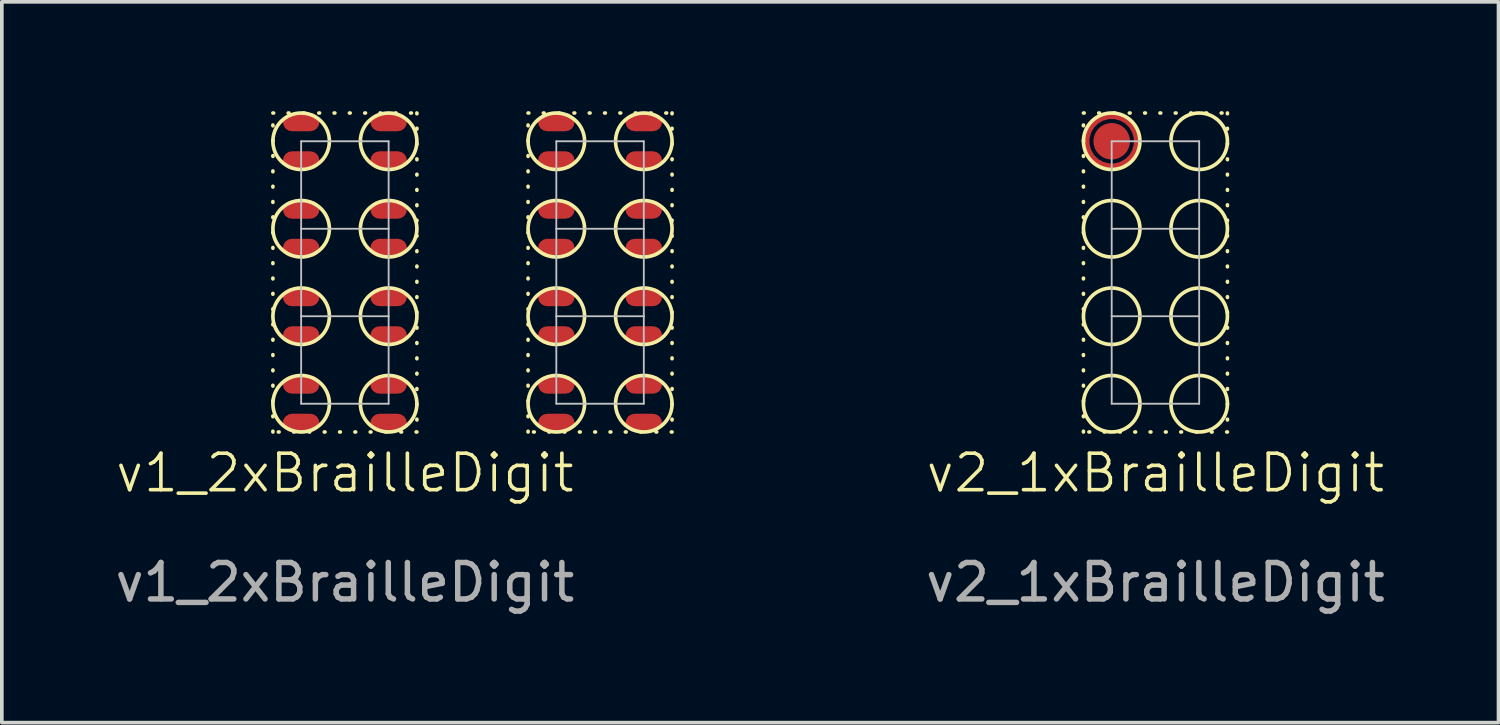
<source format=kicad_pcb>
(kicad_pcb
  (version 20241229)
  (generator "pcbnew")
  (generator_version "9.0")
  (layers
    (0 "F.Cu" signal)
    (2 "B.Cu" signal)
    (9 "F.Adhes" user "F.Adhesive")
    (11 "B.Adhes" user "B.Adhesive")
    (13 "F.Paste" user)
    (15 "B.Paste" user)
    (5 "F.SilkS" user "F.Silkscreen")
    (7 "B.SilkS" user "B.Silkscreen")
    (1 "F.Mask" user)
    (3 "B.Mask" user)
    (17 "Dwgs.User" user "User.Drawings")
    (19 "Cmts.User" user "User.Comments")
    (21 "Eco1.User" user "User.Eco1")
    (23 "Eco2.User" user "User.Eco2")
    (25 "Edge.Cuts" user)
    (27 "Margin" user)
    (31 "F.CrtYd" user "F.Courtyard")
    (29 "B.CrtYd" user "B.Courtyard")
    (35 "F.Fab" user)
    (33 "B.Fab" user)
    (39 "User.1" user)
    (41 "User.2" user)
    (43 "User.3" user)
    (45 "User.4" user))
  (footprint "v2_1xBrailleDigit"
    (layer "F.Cu")
    (at 28.646 4.625)
    (property "Reference" "v2_1xBrailleDigit" (at 0 5.3 0) (unlocked yes) (layer "F.SilkS") (effects (font (size 1 1) (thickness 0.1))))
    (attr smd)
    (fp_rect (start -1.975 -4.575) (end 1.975 4.175) (stroke (width 0.1) (type dot)) (fill no) (layer "F.SilkS"))
    (fp_circle (center -1.2 -3.8) (end -0.425 -3.8) (stroke (width 0.1) (type default)) (fill no) (layer "F.SilkS"))
    (fp_circle (center -1.2 -1.4) (end -0.425 -1.4) (stroke (width 0.1) (type default)) (fill no) (layer "F.SilkS"))
    (fp_circle (center -1.2 1) (end -0.425 1) (stroke (width 0.1) (type default)) (fill no) (layer "F.SilkS"))
    (fp_circle (center -1.2 3.4) (end -0.425 3.4) (stroke (width 0.1) (type default)) (fill no) (layer "F.SilkS"))
    (fp_circle (center 1.2 -3.8) (end 1.975 -3.8) (stroke (width 0.1) (type default)) (fill no) (layer "F.SilkS"))
    (fp_circle (center 1.2 -1.4) (end 1.975 -1.4) (stroke (width 0.1) (type default)) (fill no) (layer "F.SilkS"))
    (fp_circle (center 1.2 1) (end 1.975 1) (stroke (width 0.1) (type default)) (fill no) (layer "F.SilkS"))
    (fp_circle (center 1.2 3.4) (end 1.975 3.4) (stroke (width 0.1) (type default)) (fill no) (layer "F.SilkS"))
    (fp_line (start -1.2 -3.8) (end -1.2 -1.4) (stroke (width 0.05) (type default)) (layer "Dwgs.User"))
    (fp_line (start -1.2 -3.8) (end 1.2 -3.8) (stroke (width 0.05) (type default)) (layer "Dwgs.User"))
    (fp_line (start -1.2 -1.4) (end -1.2 1) (stroke (width 0.05) (type default)) (layer "Dwgs.User"))
    (fp_line (start -1.2 -1.4) (end 1.2 -1.4) (stroke (width 0.05) (type default)) (layer "Dwgs.User"))
    (fp_line (start -1.2 1) (end -1.2 3.4) (stroke (width 0.05) (type default)) (layer "Dwgs.User"))
    (fp_line (start -1.2 1) (end 1.2 1) (stroke (width 0.05) (type default)) (layer "Dwgs.User"))
    (fp_line (start -1.2 3.4) (end 1.2 3.4) (stroke (width 0.05) (type default)) (layer "Dwgs.User"))
    (fp_line (start 1.2 -3.8) (end 1.2 -1.4) (stroke (width 0.05) (type default)) (layer "Dwgs.User"))
    (fp_line (start 1.2 -1.4) (end 1.2 1) (stroke (width 0.05) (type default)) (layer "Dwgs.User"))
    (fp_line (start 1.2 1) (end 1.2 3.4) (stroke (width 0.05) (type default)) (layer "Dwgs.User"))
    (fp_line (start -1.2 -3.8) (end 5.8 -3.8) (stroke (width 0.05) (type default)) (layer "User.2"))
    (fp_line (start -1.2 -4.3) (end -1.2 -3.3) (stroke (width 0.05) (type default)) (layer "User.4"))
    (fp_line (start -1.2 -1.9) (end -1.2 -0.9) (stroke (width 0.05) (type default)) (layer "User.4"))
    (fp_line (start -1.2 0.5) (end -1.2 1.5) (stroke (width 0.05) (type default)) (layer "User.4"))
    (fp_line (start -1.2 2.9) (end -1.2 3.9) (stroke (width 0.05) (type default)) (layer "User.4"))
    (fp_line (start 1.2 -4.3) (end 1.2 -3.3) (stroke (width 0.05) (type default)) (layer "User.4"))
    (fp_line (start 1.2 -1.9) (end 1.2 -0.9) (stroke (width 0.05) (type default)) (layer "User.4"))
    (fp_line (start 1.2 0.5) (end 1.2 1.5) (stroke (width 0.05) (type default)) (layer "User.4"))
    (fp_line (start 1.2 2.9) (end 1.2 3.9) (stroke (width 0.05) (type default)) (layer "User.4"))
    (fp_text user "${REFERENCE}" (at 0 8.3 0) (unlocked yes) (layer "F.Fab") (effects (font (size 1 1) (thickness 0.15))))
    (pad "1" smd circle (at -1.2 -3.8) (size 1 1) (layers "F.Cu" "F.Mask" "F.Paste"))
    (pad "2" smd custom (at -0.493 -3.8) (size 0.1 0.1) (layers "F.Cu" "F.Mask" "F.Paste") (options (anchor circle)) (primitives (gr_circle (center -0.707 0) (end -0.207 0.5) (width 0.2) (fill no)))))
  (footprint "v1_2xBrailleDigit"
    (layer "F.Cu")
    (at 6.411 4.625)
    (property "Reference" "v1_2xBrailleDigit" (at 0 5.3 0) (unlocked yes) (layer "F.SilkS") (effects (font (size 1 1) (thickness 0.1))))
    (attr smd)
    (fp_rect (start -1.975 -4.575) (end 1.975 4.175) (stroke (width 0.1) (type dot)) (fill no) (layer "F.SilkS"))
    (fp_rect (start 5.025 -4.575) (end 8.975 4.175) (stroke (width 0.1) (type dot)) (fill no) (layer "F.SilkS"))
    (fp_circle (center -1.2 -3.8) (end -0.425 -3.8) (stroke (width 0.1) (type default)) (fill no) (layer "F.SilkS"))
    (fp_circle (center -1.2 -1.4) (end -0.425 -1.4) (stroke (width 0.1) (type default)) (fill no) (layer "F.SilkS"))
    (fp_circle (center -1.2 1) (end -0.425 1) (stroke (width 0.1) (type default)) (fill no) (layer "F.SilkS"))
    (fp_circle (center -1.2 3.4) (end -0.425 3.4) (stroke (width 0.1) (type default)) (fill no) (layer "F.SilkS"))
    (fp_circle (center 1.2 -3.8) (end 1.975 -3.8) (stroke (width 0.1) (type default)) (fill no) (layer "F.SilkS"))
    (fp_circle (center 1.2 -1.4) (end 1.975 -1.4) (stroke (width 0.1) (type default)) (fill no) (layer "F.SilkS"))
    (fp_circle (center 1.2 1) (end 1.975 1) (stroke (width 0.1) (type default)) (fill no) (layer "F.SilkS"))
    (fp_circle (center 1.2 3.4) (end 1.975 3.4) (stroke (width 0.1) (type default)) (fill no) (layer "F.SilkS"))
    (fp_circle (center 5.8 -3.8) (end 6.575 -3.8) (stroke (width 0.1) (type default)) (fill no) (layer "F.SilkS"))
    (fp_circle (center 5.8 -1.4) (end 6.575 -1.4) (stroke (width 0.1) (type default)) (fill no) (layer "F.SilkS"))
    (fp_circle (center 5.8 1) (end 6.575 1) (stroke (width 0.1) (type default)) (fill no) (layer "F.SilkS"))
    (fp_circle (center 5.8 3.4) (end 6.575 3.4) (stroke (width 0.1) (type default)) (fill no) (layer "F.SilkS"))
    (fp_circle (center 8.2 -3.8) (end 8.975 -3.8) (stroke (width 0.1) (type default)) (fill no) (layer "F.SilkS"))
    (fp_circle (center 8.2 -1.4) (end 8.975 -1.4) (stroke (width 0.1) (type default)) (fill no) (layer "F.SilkS"))
    (fp_circle (center 8.2 1) (end 8.975 1) (stroke (width 0.1) (type default)) (fill no) (layer "F.SilkS"))
    (fp_circle (center 8.2 3.4) (end 8.975 3.4) (stroke (width 0.1) (type default)) (fill no) (layer "F.SilkS"))
    (fp_line (start -1.2 -3.8) (end -1.2 -1.4) (stroke (width 0.05) (type default)) (layer "Dwgs.User"))
    (fp_line (start -1.2 -3.8) (end 1.2 -3.8) (stroke (width 0.05) (type default)) (layer "Dwgs.User"))
    (fp_line (start -1.2 -1.4) (end -1.2 1) (stroke (width 0.05) (type default)) (layer "Dwgs.User"))
    (fp_line (start -1.2 -1.4) (end 1.2 -1.4) (stroke (width 0.05) (type default)) (layer "Dwgs.User"))
    (fp_line (start -1.2 1) (end -1.2 3.4) (stroke (width 0.05) (type default)) (layer "Dwgs.User"))
    (fp_line (start -1.2 1) (end 1.2 1) (stroke (width 0.05) (type default)) (layer "Dwgs.User"))
    (fp_line (start -1.2 3.4) (end 1.2 3.4) (stroke (width 0.05) (type default)) (layer "Dwgs.User"))
    (fp_line (start 1.2 -3.8) (end 1.2 -1.4) (stroke (width 0.05) (type default)) (layer "Dwgs.User"))
    (fp_line (start 1.2 -1.4) (end 1.2 1) (stroke (width 0.05) (type default)) (layer "Dwgs.User"))
    (fp_line (start 1.2 1) (end 1.2 3.4) (stroke (width 0.05) (type default)) (layer "Dwgs.User"))
    (fp_line (start 5.8 -3.8) (end 5.8 -1.4) (stroke (width 0.05) (type default)) (layer "Dwgs.User"))
    (fp_line (start 5.8 -3.8) (end 8.2 -3.8) (stroke (width 0.05) (type default)) (layer "Dwgs.User"))
    (fp_line (start 5.8 -1.4) (end 5.8 1) (stroke (width 0.05) (type default)) (layer "Dwgs.User"))
    (fp_line (start 5.8 -1.4) (end 8.2 -1.4) (stroke (width 0.05) (type default)) (layer "Dwgs.User"))
    (fp_line (start 5.8 1) (end 5.8 3.4) (stroke (width 0.05) (type default)) (layer "Dwgs.User"))
    (fp_line (start 5.8 1) (end 8.2 1) (stroke (width 0.05) (type default)) (layer "Dwgs.User"))
    (fp_line (start 5.8 3.4) (end 8.2 3.4) (stroke (width 0.05) (type default)) (layer "Dwgs.User"))
    (fp_line (start 8.2 -3.8) (end 8.2 -1.4) (stroke (width 0.05) (type default)) (layer "Dwgs.User"))
    (fp_line (start 8.2 -1.4) (end 8.2 1) (stroke (width 0.05) (type default)) (layer "Dwgs.User"))
    (fp_line (start 8.2 1) (end 8.2 3.4) (stroke (width 0.05) (type default)) (layer "Dwgs.User"))
    (fp_line (start -1.2 -3.8) (end 5.8 -3.8) (stroke (width 0.05) (type default)) (layer "User.2"))
    (fp_line (start 5.8 -3.8) (end 12.8 -3.8) (stroke (width 0.05) (type default)) (layer "User.2"))
    (fp_line (start -1.2 -4.3) (end -1.2 -3.3) (stroke (width 0.05) (type default)) (layer "User.4"))
    (fp_line (start -1.2 -1.9) (end -1.2 -0.9) (stroke (width 0.05) (type default)) (layer "User.4"))
    (fp_line (start -1.2 0.5) (end -1.2 1.5) (stroke (width 0.05) (type default)) (layer "User.4"))
    (fp_line (start -1.2 2.9) (end -1.2 3.9) (stroke (width 0.05) (type default)) (layer "User.4"))
    (fp_line (start 1.2 -4.3) (end 1.2 -3.3) (stroke (width 0.05) (type default)) (layer "User.4"))
    (fp_line (start 1.2 -1.9) (end 1.2 -0.9) (stroke (width 0.05) (type default)) (layer "User.4"))
    (fp_line (start 1.2 0.5) (end 1.2 1.5) (stroke (width 0.05) (type default)) (layer "User.4"))
    (fp_line (start 1.2 2.9) (end 1.2 3.9) (stroke (width 0.05) (type default)) (layer "User.4"))
    (fp_line (start 5.8 -4.3) (end 5.8 -3.3) (stroke (width 0.05) (type default)) (layer "User.4"))
    (fp_line (start 5.8 -1.9) (end 5.8 -0.9) (stroke (width 0.05) (type default)) (layer "User.4"))
    (fp_line (start 5.8 0.5) (end 5.8 1.5) (stroke (width 0.05) (type default)) (layer "User.4"))
    (fp_line (start 5.8 2.9) (end 5.8 3.9) (stroke (width 0.05) (type default)) (layer "User.4"))
    (fp_line (start 8.2 -4.3) (end 8.2 -3.3) (stroke (width 0.05) (type default)) (layer "User.4"))
    (fp_line (start 8.2 -1.9) (end 8.2 -0.9) (stroke (width 0.05) (type default)) (layer "User.4"))
    (fp_line (start 8.2 0.5) (end 8.2 1.5) (stroke (width 0.05) (type default)) (layer "User.4"))
    (fp_line (start 8.2 2.9) (end 8.2 3.9) (stroke (width 0.05) (type default)) (layer "User.4"))
    (fp_text user "${REFERENCE}" (at 0 8.3 0) (unlocked yes) (layer "F.Fab") (effects (font (size 1 1) (thickness 0.15))))
    (pad "0" smd roundrect (at -1.2 -3.275) (size 1 0.5) (layers "F.Cu" "F.Mask" "F.Paste") (roundrect_rratio 0.5))
    (pad "0" smd roundrect (at -1.2 -0.875) (size 1 0.5) (layers "F.Cu" "F.Mask" "F.Paste") (roundrect_rratio 0.5))
    (pad "0" smd roundrect (at -1.2 1.525) (size 1 0.5) (layers "F.Cu" "F.Mask" "F.Paste") (roundrect_rratio 0.5))
    (pad "0" smd roundrect (at -1.2 3.925) (size 1 0.5) (layers "F.Cu" "F.Mask" "F.Paste") (roundrect_rratio 0.5))
    (pad "0" smd roundrect (at 1.2 -3.275) (size 1 0.5) (layers "F.Cu" "F.Mask" "F.Paste") (roundrect_rratio 0.5))
    (pad "0" smd roundrect (at 1.2 -0.875) (size 1 0.5) (layers "F.Cu" "F.Mask" "F.Paste") (roundrect_rratio 0.5))
    (pad "0" smd roundrect (at 1.2 1.525) (size 1 0.5) (layers "F.Cu" "F.Mask" "F.Paste") (roundrect_rratio 0.5))
    (pad "0" smd roundrect (at 1.2 3.925) (size 1 0.5) (layers "F.Cu" "F.Mask" "F.Paste") (roundrect_rratio 0.5))
    (pad "0" smd roundrect (at 5.8 -3.275) (size 1 0.5) (layers "F.Cu" "F.Mask" "F.Paste") (roundrect_rratio 0.5))
    (pad "0" smd roundrect (at 5.8 -0.875) (size 1 0.5) (layers "F.Cu" "F.Mask" "F.Paste") (roundrect_rratio 0.5))
    (pad "0" smd roundrect (at 5.8 1.525) (size 1 0.5) (layers "F.Cu" "F.Mask" "F.Paste") (roundrect_rratio 0.5))
    (pad "0" smd roundrect (at 5.8 3.925) (size 1 0.5) (layers "F.Cu" "F.Mask" "F.Paste") (roundrect_rratio 0.5))
    (pad "0" smd roundrect (at 8.2 -3.275) (size 1 0.5) (layers "F.Cu" "F.Mask" "F.Paste") (roundrect_rratio 0.5))
    (pad "0" smd roundrect (at 8.2 -0.875) (size 1 0.5) (layers "F.Cu" "F.Mask" "F.Paste") (roundrect_rratio 0.5))
    (pad "0" smd roundrect (at 8.2 1.525) (size 1 0.5) (layers "F.Cu" "F.Mask" "F.Paste") (roundrect_rratio 0.5))
    (pad "0" smd roundrect (at 8.2 3.925) (size 1 0.5) (layers "F.Cu" "F.Mask" "F.Paste") (roundrect_rratio 0.5))
    (pad "1" smd roundrect (at -1.2 -4.325) (size 1 0.5) (layers "F.Cu" "F.Mask" "F.Paste") (roundrect_rratio 0.5))
    (pad "2" smd roundrect (at 1.2 -4.325) (size 1 0.5) (layers "F.Cu" "F.Mask" "F.Paste") (roundrect_rratio 0.5))
    (pad "3" smd roundrect (at -1.2 -1.925) (size 1 0.5) (layers "F.Cu" "F.Mask" "F.Paste") (roundrect_rratio 0.5))
    (pad "4" smd roundrect (at 1.2 -1.925) (size 1 0.5) (layers "F.Cu" "F.Mask" "F.Paste") (roundrect_rratio 0.5))
    (pad "5" smd roundrect (at -1.2 0.475) (size 1 0.5) (layers "F.Cu" "F.Mask" "F.Paste") (roundrect_rratio 0.5))
    (pad "6" smd roundrect (at 1.2 0.475) (size 1 0.5) (layers "F.Cu" "F.Mask" "F.Paste") (roundrect_rratio 0.5))
    (pad "7" smd roundrect (at -1.2 2.875) (size 1 0.5) (layers "F.Cu" "F.Mask" "F.Paste") (roundrect_rratio 0.5))
    (pad "8" smd roundrect (at 1.2 2.875) (size 1 0.5) (layers "F.Cu" "F.Mask" "F.Paste") (roundrect_rratio 0.5))
    (pad "9" smd roundrect (at 5.8 -4.325) (size 1 0.5) (layers "F.Cu" "F.Mask" "F.Paste") (roundrect_rratio 0.5))
    (pad "10" smd roundrect (at 8.2 -4.325) (size 1 0.5) (layers "F.Cu" "F.Mask" "F.Paste") (roundrect_rratio 0.5))
    (pad "11" smd roundrect (at 5.8 -1.925) (size 1 0.5) (layers "F.Cu" "F.Mask" "F.Paste") (roundrect_rratio 0.5))
    (pad "12" smd roundrect (at 8.2 -1.925) (size 1 0.5) (layers "F.Cu" "F.Mask" "F.Paste") (roundrect_rratio 0.5))
    (pad "13" smd roundrect (at 5.8 0.475) (size 1 0.5) (layers "F.Cu" "F.Mask" "F.Paste") (roundrect_rratio 0.5))
    (pad "14" smd roundrect (at 8.2 0.475) (size 1 0.5) (layers "F.Cu" "F.Mask" "F.Paste") (roundrect_rratio 0.5))
    (pad "15" smd roundrect (at 5.8 2.875) (size 1 0.5) (layers "F.Cu" "F.Mask" "F.Paste") (roundrect_rratio 0.5))
    (pad "16" smd roundrect (at 8.2 2.875) (size 1 0.5) (layers "F.Cu" "F.Mask" "F.Paste") (roundrect_rratio 0.5)))
  (gr_rect
    (start -3 -3)
    (end 38.057 16.773)
    (stroke (width 0.1) (type default))
    (fill no)
    (layer "Edge.Cuts")))
</source>
